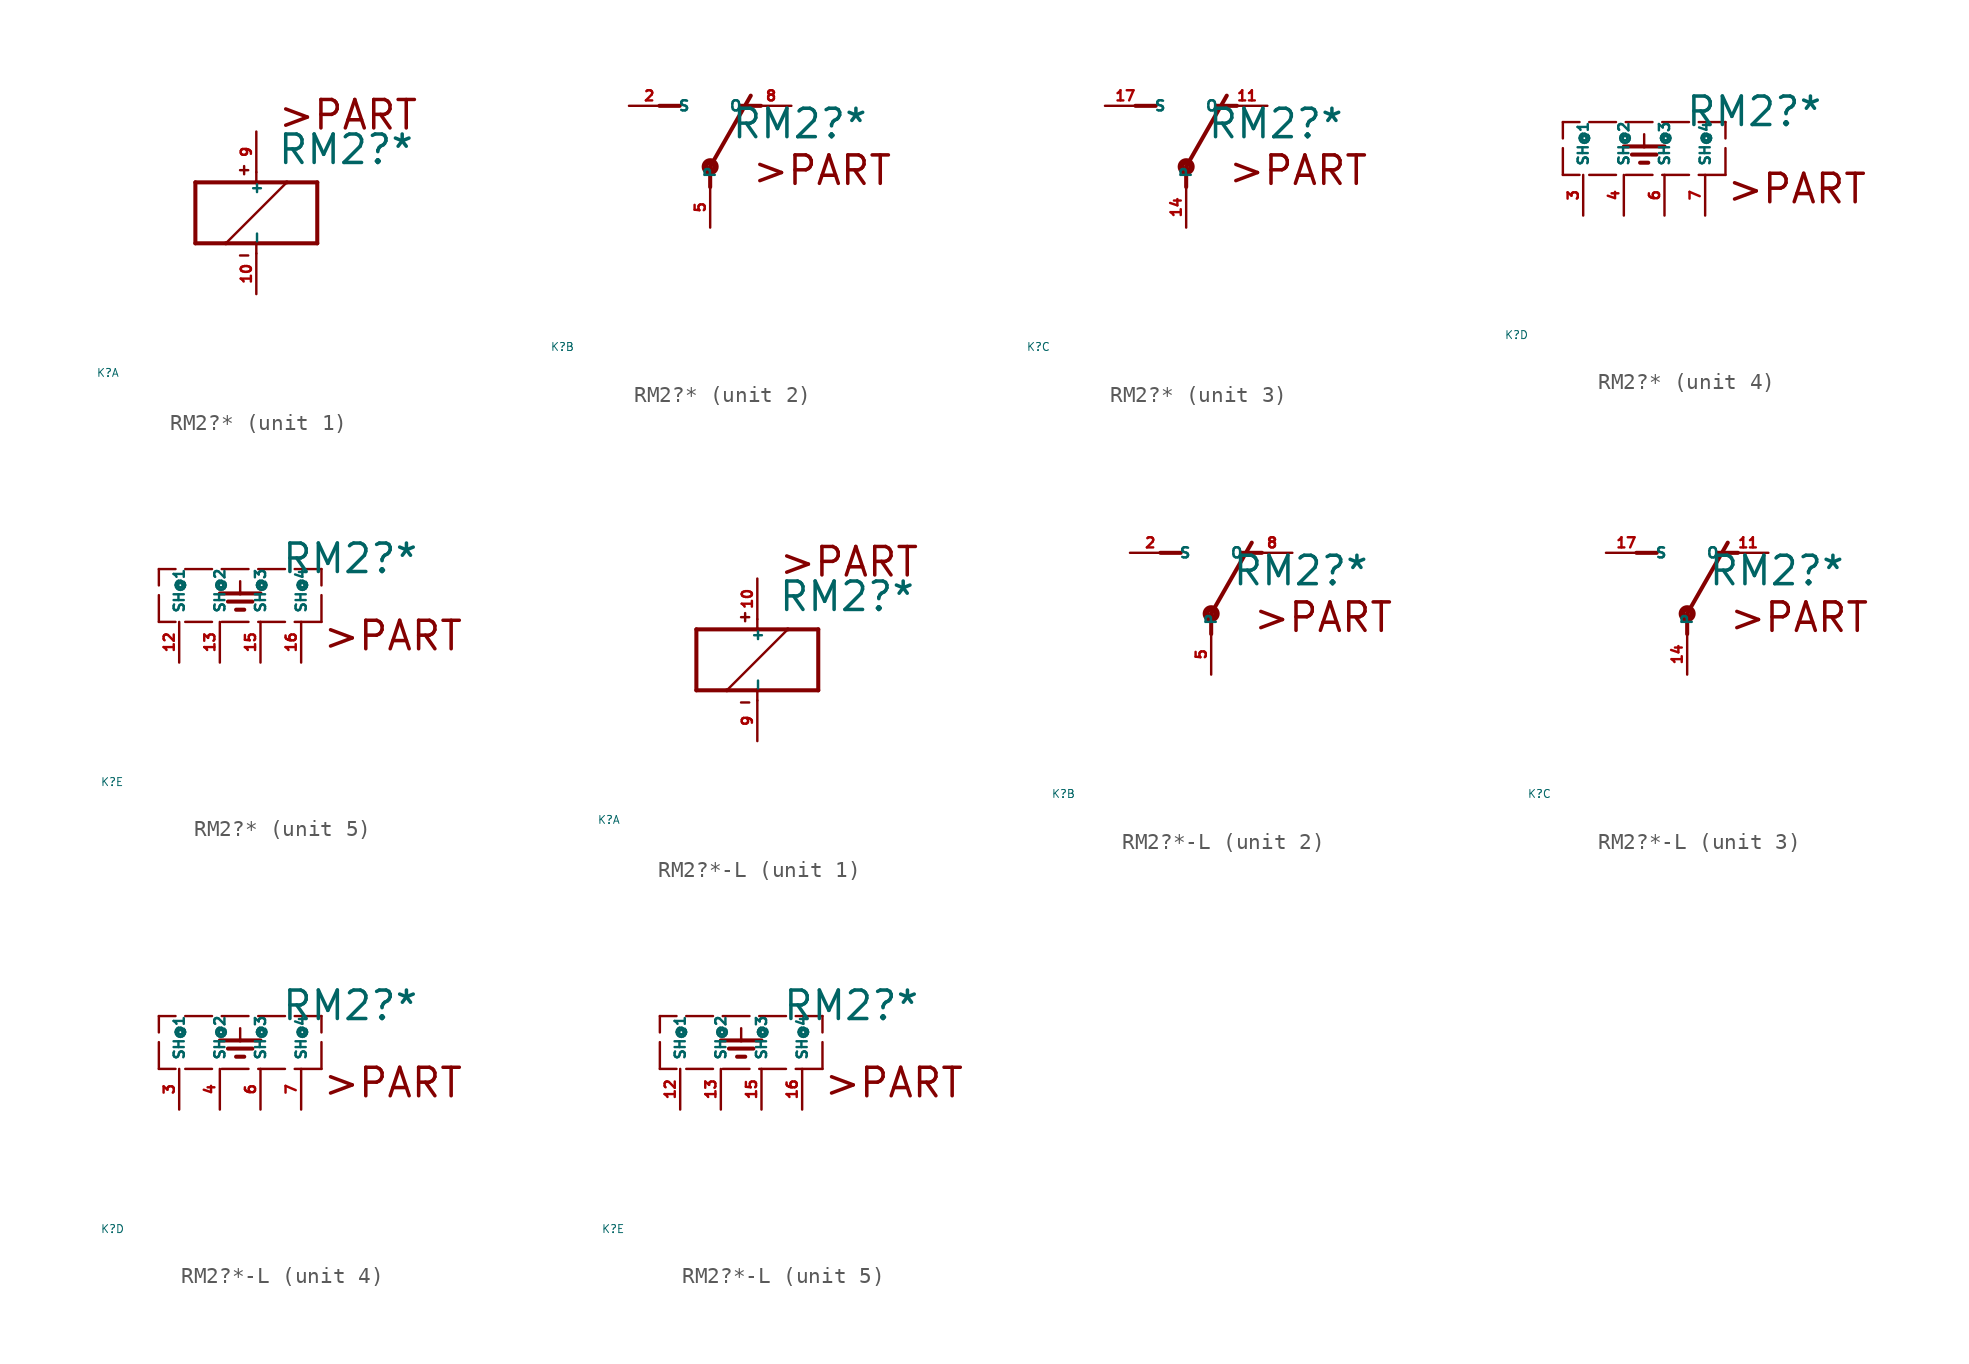
<source format=kicad_sym>
(kicad_symbol_lib
  (version 20220914)
  (generator Eagle2Kicad)
  (symbol "RM2?*"
    (property "Reference" "K"
      (at -10 -10 0)
      (effects (font (size 0.5 0.5) (thickness 0.06)) (justify left)))
    (property "Value" "RM2?*"
      (at 1.27 2.921 0)
      (effects (font (size 1.778 1.778) (thickness 0.22)) (justify left bottom)))
    (symbol "RM2?*_1_0"
      (polyline (pts (xy -3.81 -1.905) (xy -1.905 -1.905)) (stroke (width 0.254) (type default)) (fill (type none)))
      (polyline (pts (xy 3.81 -1.905) (xy 3.81 1.905)) (stroke (width 0.254) (type default)) (fill (type none)))
      (polyline (pts (xy 3.81 1.905) (xy 1.905 1.905)) (stroke (width 0.254) (type default)) (fill (type none)))
      (polyline (pts (xy -3.81 1.905) (xy -3.81 -1.905)) (stroke (width 0.254) (type default)) (fill (type none)))
      (polyline (pts (xy 0 -2.54) (xy 0 -1.905)) (stroke (width 0.152) (type default)) (fill (type none)))
      (polyline (pts (xy 0 -1.905) (xy 3.81 -1.905)) (stroke (width 0.254) (type default)) (fill (type none)))
      (polyline (pts (xy 0 2.54) (xy 0 1.905)) (stroke (width 0.152) (type default)) (fill (type none)))
      (polyline (pts (xy 0 1.905) (xy -3.81 1.905)) (stroke (width 0.254) (type default)) (fill (type none)))
      (polyline (pts (xy -1.905 -1.905) (xy 1.905 1.905)) (stroke (width 0.152) (type default)) (fill (type none)))
      (polyline (pts (xy -1.905 -1.905) (xy 0 -1.905)) (stroke (width 0.254) (type default)) (fill (type none)))
      (polyline (pts (xy 1.905 1.905) (xy 0 1.905)) (stroke (width 0.254) (type default)) (fill (type none)))
      (polyline (pts (xy -1.016 2.667) (xy -0.508 2.667)) (stroke (width 0.152) (type default)) (fill (type none)))
      (polyline (pts (xy -0.762 2.921) (xy -0.762 2.413)) (stroke (width 0.152) (type default)) (fill (type none)))
      (polyline (pts (xy -1.016 -2.667) (xy -0.508 -2.667)) (stroke (width 0.152) (type default)) (fill (type none)))
      (text ">PART" (at 1.27 5.08 0) (effects (font (size 1.778 1.778) (thickness 0.22)) (justify left bottom)))
      (pin passive line (at 0 -5.08 90) (length 2.54) (name "-" (effects (font (size 0.635 0.635) (thickness 0.08)) (justify left bottom))) (number "10" (effects (font (size 0.635 0.635) (thickness 0.08)) (justify left bottom))))
      (pin passive line (at 0 5.08 270) (length 2.54) (name "+" (effects (font (size 0.635 0.635) (thickness 0.08)) (justify left bottom))) (number "9" (effects (font (size 0.635 0.635) (thickness 0.08)) (justify left bottom)))))
    (symbol "RM2?*_2_0"
      (polyline (pts (xy 3.175 5.08) (xy 1.905 5.08)) (stroke (width 0.254) (type default)) (fill (type none)))
      (polyline (pts (xy -3.175 5.08) (xy -1.905 5.08)) (stroke (width 0.254) (type default)) (fill (type none)))
      (polyline (pts (xy 0 1.27) (xy 2.54 5.715)) (stroke (width 0.254) (type default)) (fill (type none)))
      (polyline (pts (xy 0 1.27) (xy 0 0)) (stroke (width 0.254) (type default)) (fill (type none)))
      (text ">PART" (at 2.54 0 0) (effects (font (size 1.778 1.778) (thickness 0.22)) (justify left bottom)))
      (circle (center 0 1.27) (radius 0.127) (stroke (width 0.406) (type default)) (fill (type none)))
      (pin passive line (at 5.08 5.08 180) (length 2.54) (name "O" (effects (font (size 0.635 0.635) (thickness 0.08)) (justify left bottom))) (number "8" (effects (font (size 0.635 0.635) (thickness 0.08)) (justify left bottom))))
      (pin passive line (at -5.08 5.08 0) (length 2.54) (name "S" (effects (font (size 0.635 0.635) (thickness 0.08)) (justify left bottom))) (number "2" (effects (font (size 0.635 0.635) (thickness 0.08)) (justify left bottom))))
      (pin passive line (at 0 -2.54 90) (length 2.54) (name "P" (effects (font (size 0.635 0.635) (thickness 0.08)) (justify left bottom))) (number "5" (effects (font (size 0.635 0.635) (thickness 0.08)) (justify left bottom)))))
    (symbol "RM2?*_3_0"
      (polyline (pts (xy 3.175 5.08) (xy 1.905 5.08)) (stroke (width 0.254) (type default)) (fill (type none)))
      (polyline (pts (xy -3.175 5.08) (xy -1.905 5.08)) (stroke (width 0.254) (type default)) (fill (type none)))
      (polyline (pts (xy 0 1.27) (xy 2.54 5.715)) (stroke (width 0.254) (type default)) (fill (type none)))
      (polyline (pts (xy 0 1.27) (xy 0 0)) (stroke (width 0.254) (type default)) (fill (type none)))
      (text ">PART" (at 2.54 0 0) (effects (font (size 1.778 1.778) (thickness 0.22)) (justify left bottom)))
      (circle (center 0 1.27) (radius 0.127) (stroke (width 0.406) (type default)) (fill (type none)))
      (pin passive line (at 5.08 5.08 180) (length 2.54) (name "O" (effects (font (size 0.635 0.635) (thickness 0.08)) (justify left bottom))) (number "11" (effects (font (size 0.635 0.635) (thickness 0.08)) (justify left bottom))))
      (pin passive line (at -5.08 5.08 0) (length 2.54) (name "S" (effects (font (size 0.635 0.635) (thickness 0.08)) (justify left bottom))) (number "17" (effects (font (size 0.635 0.635) (thickness 0.08)) (justify left bottom))))
      (pin passive line (at 0 -2.54 90) (length 2.54) (name "P" (effects (font (size 0.635 0.635) (thickness 0.08)) (justify left bottom))) (number "14" (effects (font (size 0.635 0.635) (thickness 0.08)) (justify left bottom)))))
    (symbol "RM2?*_4_0"
      (polyline (pts (xy 3.81 0) (xy -6.35 0)) (stroke (width 0.152) (type dash)) (fill (type none)))
      (polyline (pts (xy -1.27 2.54) (xy -1.27 1.778)) (stroke (width 0.152) (type default)) (fill (type none)))
      (polyline (pts (xy -2.54 1.778) (xy -1.27 1.778)) (stroke (width 0.254) (type default)) (fill (type none)))
      (polyline (pts (xy -1.27 1.778) (xy 0 1.778)) (stroke (width 0.254) (type default)) (fill (type none)))
      (polyline (pts (xy -2.032 1.27) (xy -0.508 1.27)) (stroke (width 0.254) (type default)) (fill (type none)))
      (polyline (pts (xy -1.524 0.762) (xy -1.016 0.762)) (stroke (width 0.254) (type default)) (fill (type none)))
      (polyline (pts (xy 3.81 0) (xy 3.81 3.302)) (stroke (width 0.152) (type dash)) (fill (type none)))
      (polyline (pts (xy 3.81 3.302) (xy -6.35 3.302)) (stroke (width 0.152) (type dash)) (fill (type none)))
      (polyline (pts (xy -6.35 0) (xy -6.35 3.302)) (stroke (width 0.152) (type dash)) (fill (type none)))
      (text ">PART" (at 3.81 -1.905 0) (effects (font (size 1.778 1.778) (thickness 0.22)) (justify left bottom)))
      (pin passive line (at 0 -2.54 90) (length 2.54) (name "SH@3" (effects (font (size 0.635 0.635) (thickness 0.08)) (justify left bottom))) (number "6" (effects (font (size 0.635 0.635) (thickness 0.08)) (justify left bottom))))
      (pin passive line (at -5.08 -2.54 90) (length 2.54) (name "SH@1" (effects (font (size 0.635 0.635) (thickness 0.08)) (justify left bottom))) (number "3" (effects (font (size 0.635 0.635) (thickness 0.08)) (justify left bottom))))
      (pin passive line (at -2.54 -2.54 90) (length 2.54) (name "SH@2" (effects (font (size 0.635 0.635) (thickness 0.08)) (justify left bottom))) (number "4" (effects (font (size 0.635 0.635) (thickness 0.08)) (justify left bottom))))
      (pin passive line (at 2.54 -2.54 90) (length 2.54) (name "SH@4" (effects (font (size 0.635 0.635) (thickness 0.08)) (justify left bottom))) (number "7" (effects (font (size 0.635 0.635) (thickness 0.08)) (justify left bottom)))))
    (symbol "RM2?*_5_0"
      (polyline (pts (xy 3.81 0) (xy -6.35 0)) (stroke (width 0.152) (type dash)) (fill (type none)))
      (polyline (pts (xy -1.27 2.54) (xy -1.27 1.778)) (stroke (width 0.152) (type default)) (fill (type none)))
      (polyline (pts (xy -2.54 1.778) (xy -1.27 1.778)) (stroke (width 0.254) (type default)) (fill (type none)))
      (polyline (pts (xy -1.27 1.778) (xy 0 1.778)) (stroke (width 0.254) (type default)) (fill (type none)))
      (polyline (pts (xy -2.032 1.27) (xy -0.508 1.27)) (stroke (width 0.254) (type default)) (fill (type none)))
      (polyline (pts (xy -1.524 0.762) (xy -1.016 0.762)) (stroke (width 0.254) (type default)) (fill (type none)))
      (polyline (pts (xy 3.81 0) (xy 3.81 3.302)) (stroke (width 0.152) (type dash)) (fill (type none)))
      (polyline (pts (xy 3.81 3.302) (xy -6.35 3.302)) (stroke (width 0.152) (type dash)) (fill (type none)))
      (polyline (pts (xy -6.35 0) (xy -6.35 3.302)) (stroke (width 0.152) (type dash)) (fill (type none)))
      (text ">PART" (at 3.81 -1.905 0) (effects (font (size 1.778 1.778) (thickness 0.22)) (justify left bottom)))
      (pin passive line (at 0 -2.54 90) (length 2.54) (name "SH@3" (effects (font (size 0.635 0.635) (thickness 0.08)) (justify left bottom))) (number "15" (effects (font (size 0.635 0.635) (thickness 0.08)) (justify left bottom))))
      (pin passive line (at -5.08 -2.54 90) (length 2.54) (name "SH@1" (effects (font (size 0.635 0.635) (thickness 0.08)) (justify left bottom))) (number "12" (effects (font (size 0.635 0.635) (thickness 0.08)) (justify left bottom))))
      (pin passive line (at -2.54 -2.54 90) (length 2.54) (name "SH@2" (effects (font (size 0.635 0.635) (thickness 0.08)) (justify left bottom))) (number "13" (effects (font (size 0.635 0.635) (thickness 0.08)) (justify left bottom))))
      (pin passive line (at 2.54 -2.54 90) (length 2.54) (name "SH@4" (effects (font (size 0.635 0.635) (thickness 0.08)) (justify left bottom))) (number "16" (effects (font (size 0.635 0.635) (thickness 0.08)) (justify left bottom))))))
  (symbol "RM2?*-L"
    (property "Reference" "K"
      (at -10 -10 0)
      (effects (font (size 0.5 0.5) (thickness 0.06)) (justify left)))
    (property "Value" "RM2?*"
      (at 1.27 2.921 0)
      (effects (font (size 1.778 1.778) (thickness 0.22)) (justify left bottom)))
    (symbol "RM2?*-L_1_0"
      (polyline (pts (xy -3.81 -1.905) (xy -1.905 -1.905)) (stroke (width 0.254) (type default)) (fill (type none)))
      (polyline (pts (xy 3.81 -1.905) (xy 3.81 1.905)) (stroke (width 0.254) (type default)) (fill (type none)))
      (polyline (pts (xy 3.81 1.905) (xy 1.905 1.905)) (stroke (width 0.254) (type default)) (fill (type none)))
      (polyline (pts (xy -3.81 1.905) (xy -3.81 -1.905)) (stroke (width 0.254) (type default)) (fill (type none)))
      (polyline (pts (xy 0 -2.54) (xy 0 -1.905)) (stroke (width 0.152) (type default)) (fill (type none)))
      (polyline (pts (xy 0 -1.905) (xy 3.81 -1.905)) (stroke (width 0.254) (type default)) (fill (type none)))
      (polyline (pts (xy 0 2.54) (xy 0 1.905)) (stroke (width 0.152) (type default)) (fill (type none)))
      (polyline (pts (xy 0 1.905) (xy -3.81 1.905)) (stroke (width 0.254) (type default)) (fill (type none)))
      (polyline (pts (xy -1.905 -1.905) (xy 1.905 1.905)) (stroke (width 0.152) (type default)) (fill (type none)))
      (polyline (pts (xy -1.905 -1.905) (xy 0 -1.905)) (stroke (width 0.254) (type default)) (fill (type none)))
      (polyline (pts (xy 1.905 1.905) (xy 0 1.905)) (stroke (width 0.254) (type default)) (fill (type none)))
      (polyline (pts (xy -1.016 2.667) (xy -0.508 2.667)) (stroke (width 0.152) (type default)) (fill (type none)))
      (polyline (pts (xy -0.762 2.921) (xy -0.762 2.413)) (stroke (width 0.152) (type default)) (fill (type none)))
      (polyline (pts (xy -1.016 -2.667) (xy -0.508 -2.667)) (stroke (width 0.152) (type default)) (fill (type none)))
      (text ">PART" (at 1.27 5.08 0) (effects (font (size 1.778 1.778) (thickness 0.22)) (justify left bottom)))
      (pin passive line (at 0 -5.08 90) (length 2.54) (name "-" (effects (font (size 0.635 0.635) (thickness 0.08)) (justify left bottom))) (number "9" (effects (font (size 0.635 0.635) (thickness 0.08)) (justify left bottom))))
      (pin passive line (at 0 5.08 270) (length 2.54) (name "+" (effects (font (size 0.635 0.635) (thickness 0.08)) (justify left bottom))) (number "10" (effects (font (size 0.635 0.635) (thickness 0.08)) (justify left bottom)))))
    (symbol "RM2?*-L_2_0"
      (polyline (pts (xy 3.175 5.08) (xy 1.905 5.08)) (stroke (width 0.254) (type default)) (fill (type none)))
      (polyline (pts (xy -3.175 5.08) (xy -1.905 5.08)) (stroke (width 0.254) (type default)) (fill (type none)))
      (polyline (pts (xy 0 1.27) (xy 2.54 5.715)) (stroke (width 0.254) (type default)) (fill (type none)))
      (polyline (pts (xy 0 1.27) (xy 0 0)) (stroke (width 0.254) (type default)) (fill (type none)))
      (text ">PART" (at 2.54 0 0) (effects (font (size 1.778 1.778) (thickness 0.22)) (justify left bottom)))
      (circle (center 0 1.27) (radius 0.127) (stroke (width 0.406) (type default)) (fill (type none)))
      (pin passive line (at 5.08 5.08 180) (length 2.54) (name "O" (effects (font (size 0.635 0.635) (thickness 0.08)) (justify left bottom))) (number "8" (effects (font (size 0.635 0.635) (thickness 0.08)) (justify left bottom))))
      (pin passive line (at -5.08 5.08 0) (length 2.54) (name "S" (effects (font (size 0.635 0.635) (thickness 0.08)) (justify left bottom))) (number "2" (effects (font (size 0.635 0.635) (thickness 0.08)) (justify left bottom))))
      (pin passive line (at 0 -2.54 90) (length 2.54) (name "P" (effects (font (size 0.635 0.635) (thickness 0.08)) (justify left bottom))) (number "5" (effects (font (size 0.635 0.635) (thickness 0.08)) (justify left bottom)))))
    (symbol "RM2?*-L_3_0"
      (polyline (pts (xy 3.175 5.08) (xy 1.905 5.08)) (stroke (width 0.254) (type default)) (fill (type none)))
      (polyline (pts (xy -3.175 5.08) (xy -1.905 5.08)) (stroke (width 0.254) (type default)) (fill (type none)))
      (polyline (pts (xy 0 1.27) (xy 2.54 5.715)) (stroke (width 0.254) (type default)) (fill (type none)))
      (polyline (pts (xy 0 1.27) (xy 0 0)) (stroke (width 0.254) (type default)) (fill (type none)))
      (text ">PART" (at 2.54 0 0) (effects (font (size 1.778 1.778) (thickness 0.22)) (justify left bottom)))
      (circle (center 0 1.27) (radius 0.127) (stroke (width 0.406) (type default)) (fill (type none)))
      (pin passive line (at 5.08 5.08 180) (length 2.54) (name "O" (effects (font (size 0.635 0.635) (thickness 0.08)) (justify left bottom))) (number "11" (effects (font (size 0.635 0.635) (thickness 0.08)) (justify left bottom))))
      (pin passive line (at -5.08 5.08 0) (length 2.54) (name "S" (effects (font (size 0.635 0.635) (thickness 0.08)) (justify left bottom))) (number "17" (effects (font (size 0.635 0.635) (thickness 0.08)) (justify left bottom))))
      (pin passive line (at 0 -2.54 90) (length 2.54) (name "P" (effects (font (size 0.635 0.635) (thickness 0.08)) (justify left bottom))) (number "14" (effects (font (size 0.635 0.635) (thickness 0.08)) (justify left bottom)))))
    (symbol "RM2?*-L_4_0"
      (polyline (pts (xy 3.81 0) (xy -6.35 0)) (stroke (width 0.152) (type dash)) (fill (type none)))
      (polyline (pts (xy -1.27 2.54) (xy -1.27 1.778)) (stroke (width 0.152) (type default)) (fill (type none)))
      (polyline (pts (xy -2.54 1.778) (xy -1.27 1.778)) (stroke (width 0.254) (type default)) (fill (type none)))
      (polyline (pts (xy -1.27 1.778) (xy 0 1.778)) (stroke (width 0.254) (type default)) (fill (type none)))
      (polyline (pts (xy -2.032 1.27) (xy -0.508 1.27)) (stroke (width 0.254) (type default)) (fill (type none)))
      (polyline (pts (xy -1.524 0.762) (xy -1.016 0.762)) (stroke (width 0.254) (type default)) (fill (type none)))
      (polyline (pts (xy 3.81 0) (xy 3.81 3.302)) (stroke (width 0.152) (type dash)) (fill (type none)))
      (polyline (pts (xy 3.81 3.302) (xy -6.35 3.302)) (stroke (width 0.152) (type dash)) (fill (type none)))
      (polyline (pts (xy -6.35 0) (xy -6.35 3.302)) (stroke (width 0.152) (type dash)) (fill (type none)))
      (text ">PART" (at 3.81 -1.905 0) (effects (font (size 1.778 1.778) (thickness 0.22)) (justify left bottom)))
      (pin passive line (at 0 -2.54 90) (length 2.54) (name "SH@3" (effects (font (size 0.635 0.635) (thickness 0.08)) (justify left bottom))) (number "6" (effects (font (size 0.635 0.635) (thickness 0.08)) (justify left bottom))))
      (pin passive line (at -5.08 -2.54 90) (length 2.54) (name "SH@1" (effects (font (size 0.635 0.635) (thickness 0.08)) (justify left bottom))) (number "3" (effects (font (size 0.635 0.635) (thickness 0.08)) (justify left bottom))))
      (pin passive line (at -2.54 -2.54 90) (length 2.54) (name "SH@2" (effects (font (size 0.635 0.635) (thickness 0.08)) (justify left bottom))) (number "4" (effects (font (size 0.635 0.635) (thickness 0.08)) (justify left bottom))))
      (pin passive line (at 2.54 -2.54 90) (length 2.54) (name "SH@4" (effects (font (size 0.635 0.635) (thickness 0.08)) (justify left bottom))) (number "7" (effects (font (size 0.635 0.635) (thickness 0.08)) (justify left bottom)))))
    (symbol "RM2?*-L_5_0"
      (polyline (pts (xy 3.81 0) (xy -6.35 0)) (stroke (width 0.152) (type dash)) (fill (type none)))
      (polyline (pts (xy -1.27 2.54) (xy -1.27 1.778)) (stroke (width 0.152) (type default)) (fill (type none)))
      (polyline (pts (xy -2.54 1.778) (xy -1.27 1.778)) (stroke (width 0.254) (type default)) (fill (type none)))
      (polyline (pts (xy -1.27 1.778) (xy 0 1.778)) (stroke (width 0.254) (type default)) (fill (type none)))
      (polyline (pts (xy -2.032 1.27) (xy -0.508 1.27)) (stroke (width 0.254) (type default)) (fill (type none)))
      (polyline (pts (xy -1.524 0.762) (xy -1.016 0.762)) (stroke (width 0.254) (type default)) (fill (type none)))
      (polyline (pts (xy 3.81 0) (xy 3.81 3.302)) (stroke (width 0.152) (type dash)) (fill (type none)))
      (polyline (pts (xy 3.81 3.302) (xy -6.35 3.302)) (stroke (width 0.152) (type dash)) (fill (type none)))
      (polyline (pts (xy -6.35 0) (xy -6.35 3.302)) (stroke (width 0.152) (type dash)) (fill (type none)))
      (text ">PART" (at 3.81 -1.905 0) (effects (font (size 1.778 1.778) (thickness 0.22)) (justify left bottom)))
      (pin passive line (at 0 -2.54 90) (length 2.54) (name "SH@3" (effects (font (size 0.635 0.635) (thickness 0.08)) (justify left bottom))) (number "15" (effects (font (size 0.635 0.635) (thickness 0.08)) (justify left bottom))))
      (pin passive line (at -5.08 -2.54 90) (length 2.54) (name "SH@1" (effects (font (size 0.635 0.635) (thickness 0.08)) (justify left bottom))) (number "12" (effects (font (size 0.635 0.635) (thickness 0.08)) (justify left bottom))))
      (pin passive line (at -2.54 -2.54 90) (length 2.54) (name "SH@2" (effects (font (size 0.635 0.635) (thickness 0.08)) (justify left bottom))) (number "13" (effects (font (size 0.635 0.635) (thickness 0.08)) (justify left bottom))))
      (pin passive line (at 2.54 -2.54 90) (length 2.54) (name "SH@4" (effects (font (size 0.635 0.635) (thickness 0.08)) (justify left bottom))) (number "16" (effects (font (size 0.635 0.635) (thickness 0.08)) (justify left bottom)))))))
</source>
